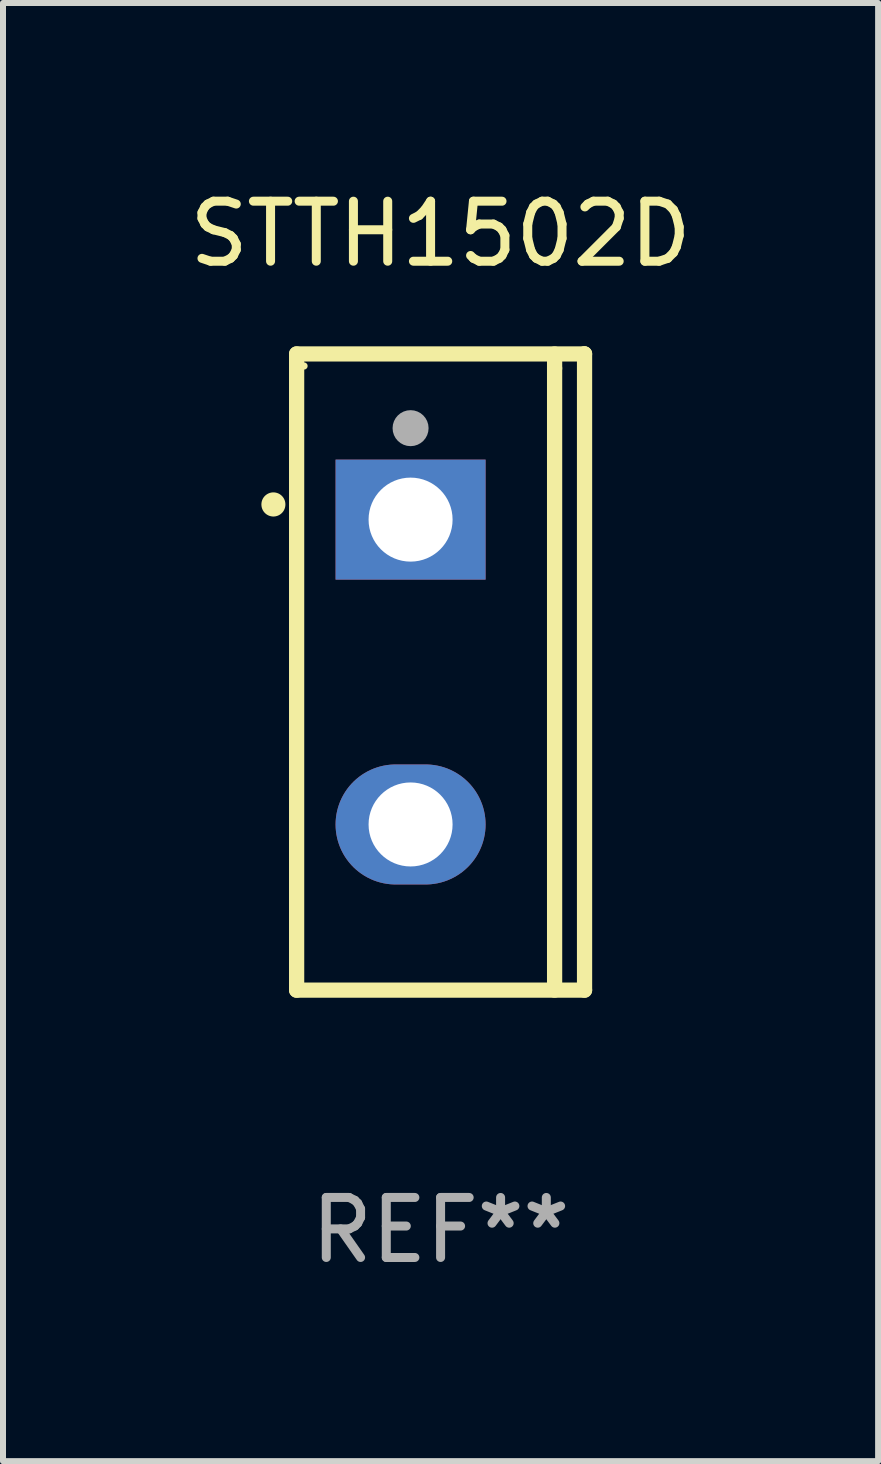
<source format=kicad_pcb>
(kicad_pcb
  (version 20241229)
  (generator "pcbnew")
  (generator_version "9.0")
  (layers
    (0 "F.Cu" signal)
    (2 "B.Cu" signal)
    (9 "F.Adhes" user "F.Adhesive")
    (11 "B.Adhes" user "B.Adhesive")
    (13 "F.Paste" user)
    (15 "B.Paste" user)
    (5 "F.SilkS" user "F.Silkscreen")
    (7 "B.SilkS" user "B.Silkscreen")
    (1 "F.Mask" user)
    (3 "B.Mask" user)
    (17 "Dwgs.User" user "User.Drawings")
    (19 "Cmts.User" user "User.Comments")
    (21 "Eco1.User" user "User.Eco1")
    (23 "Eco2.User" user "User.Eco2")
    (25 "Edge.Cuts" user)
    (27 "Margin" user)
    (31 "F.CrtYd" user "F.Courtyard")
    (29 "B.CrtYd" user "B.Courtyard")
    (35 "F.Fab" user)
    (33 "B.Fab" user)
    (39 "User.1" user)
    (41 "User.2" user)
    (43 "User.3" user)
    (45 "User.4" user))
  (footprint "STTH1502D"
    (layer "F.Cu")
    (at 4.292 8.149)
    (property "Reference" "STTH1502D" (at 0 -7.301 0) (layer "F.SilkS") (effects (font (size 1 1) (thickness 0.15))))
    (attr through_hole)
    (fp_line (start -2.399 -5.301) (end 2.394 -5.301) (stroke (width 0.254) (type solid)) (layer "F.SilkS"))
    (fp_line (start -2.399 5.301) (end -2.399 -5.301) (stroke (width 0.254) (type solid)) (layer "F.SilkS"))
    (fp_line (start 1.9 -5.061) (end 1.9 -5.3) (stroke (width 0.254) (type solid)) (layer "F.SilkS"))
    (fp_line (start 1.9 5.3) (end 1.9 -5.061) (stroke (width 0.254) (type solid)) (layer "F.SilkS"))
    (fp_line (start 2.394 -5.301) (end 2.399 -5.301) (stroke (width 0.254) (type solid)) (layer "F.SilkS"))
    (fp_line (start 2.399 -5.301) (end 2.399 5.301) (stroke (width 0.254) (type solid)) (layer "F.SilkS"))
    (fp_line (start 2.399 5.301) (end -2.399 5.301) (stroke (width 0.254) (type solid)) (layer "F.SilkS"))
    (fp_arc (start -2.786043 -2.791466) (mid -2.786047 -2.792736) (end -2.786043 -2.794006) (stroke (width 0.4) (type solid)) (layer "F.SilkS"))
    (fp_circle (center -2.275 -5.1) (end -2.245 -5.1) (stroke (width 0.06) (type solid)) (fill no) (layer "F.SilkS"))
    (fp_circle (center -0.5 -4.064) (end -0.35 -4.064) (stroke (width 0.3) (type solid)) (fill no) (layer "F.Fab"))
    (fp_text user "REF**" (at 0 9.301 0) (layer "F.Fab") (effects (font (size 1 1) (thickness 0.15))))
    (pad "1" thru_hole rect (at -0.5 -2.54 270) (size 2 2.5) (drill 1.4) (layers "*.Cu" "*.Mask"))
    (pad "3" thru_hole oval (at -0.5 2.54 270) (size 2 2.5) (drill 1.4) (layers "*.Cu" "*.Mask")))
  (gr_rect
    (start -3 -3)
    (end 11.583 21.299)
    (stroke (width 0.1) (type default))
    (fill no)
    (layer "Edge.Cuts")))
</source>
